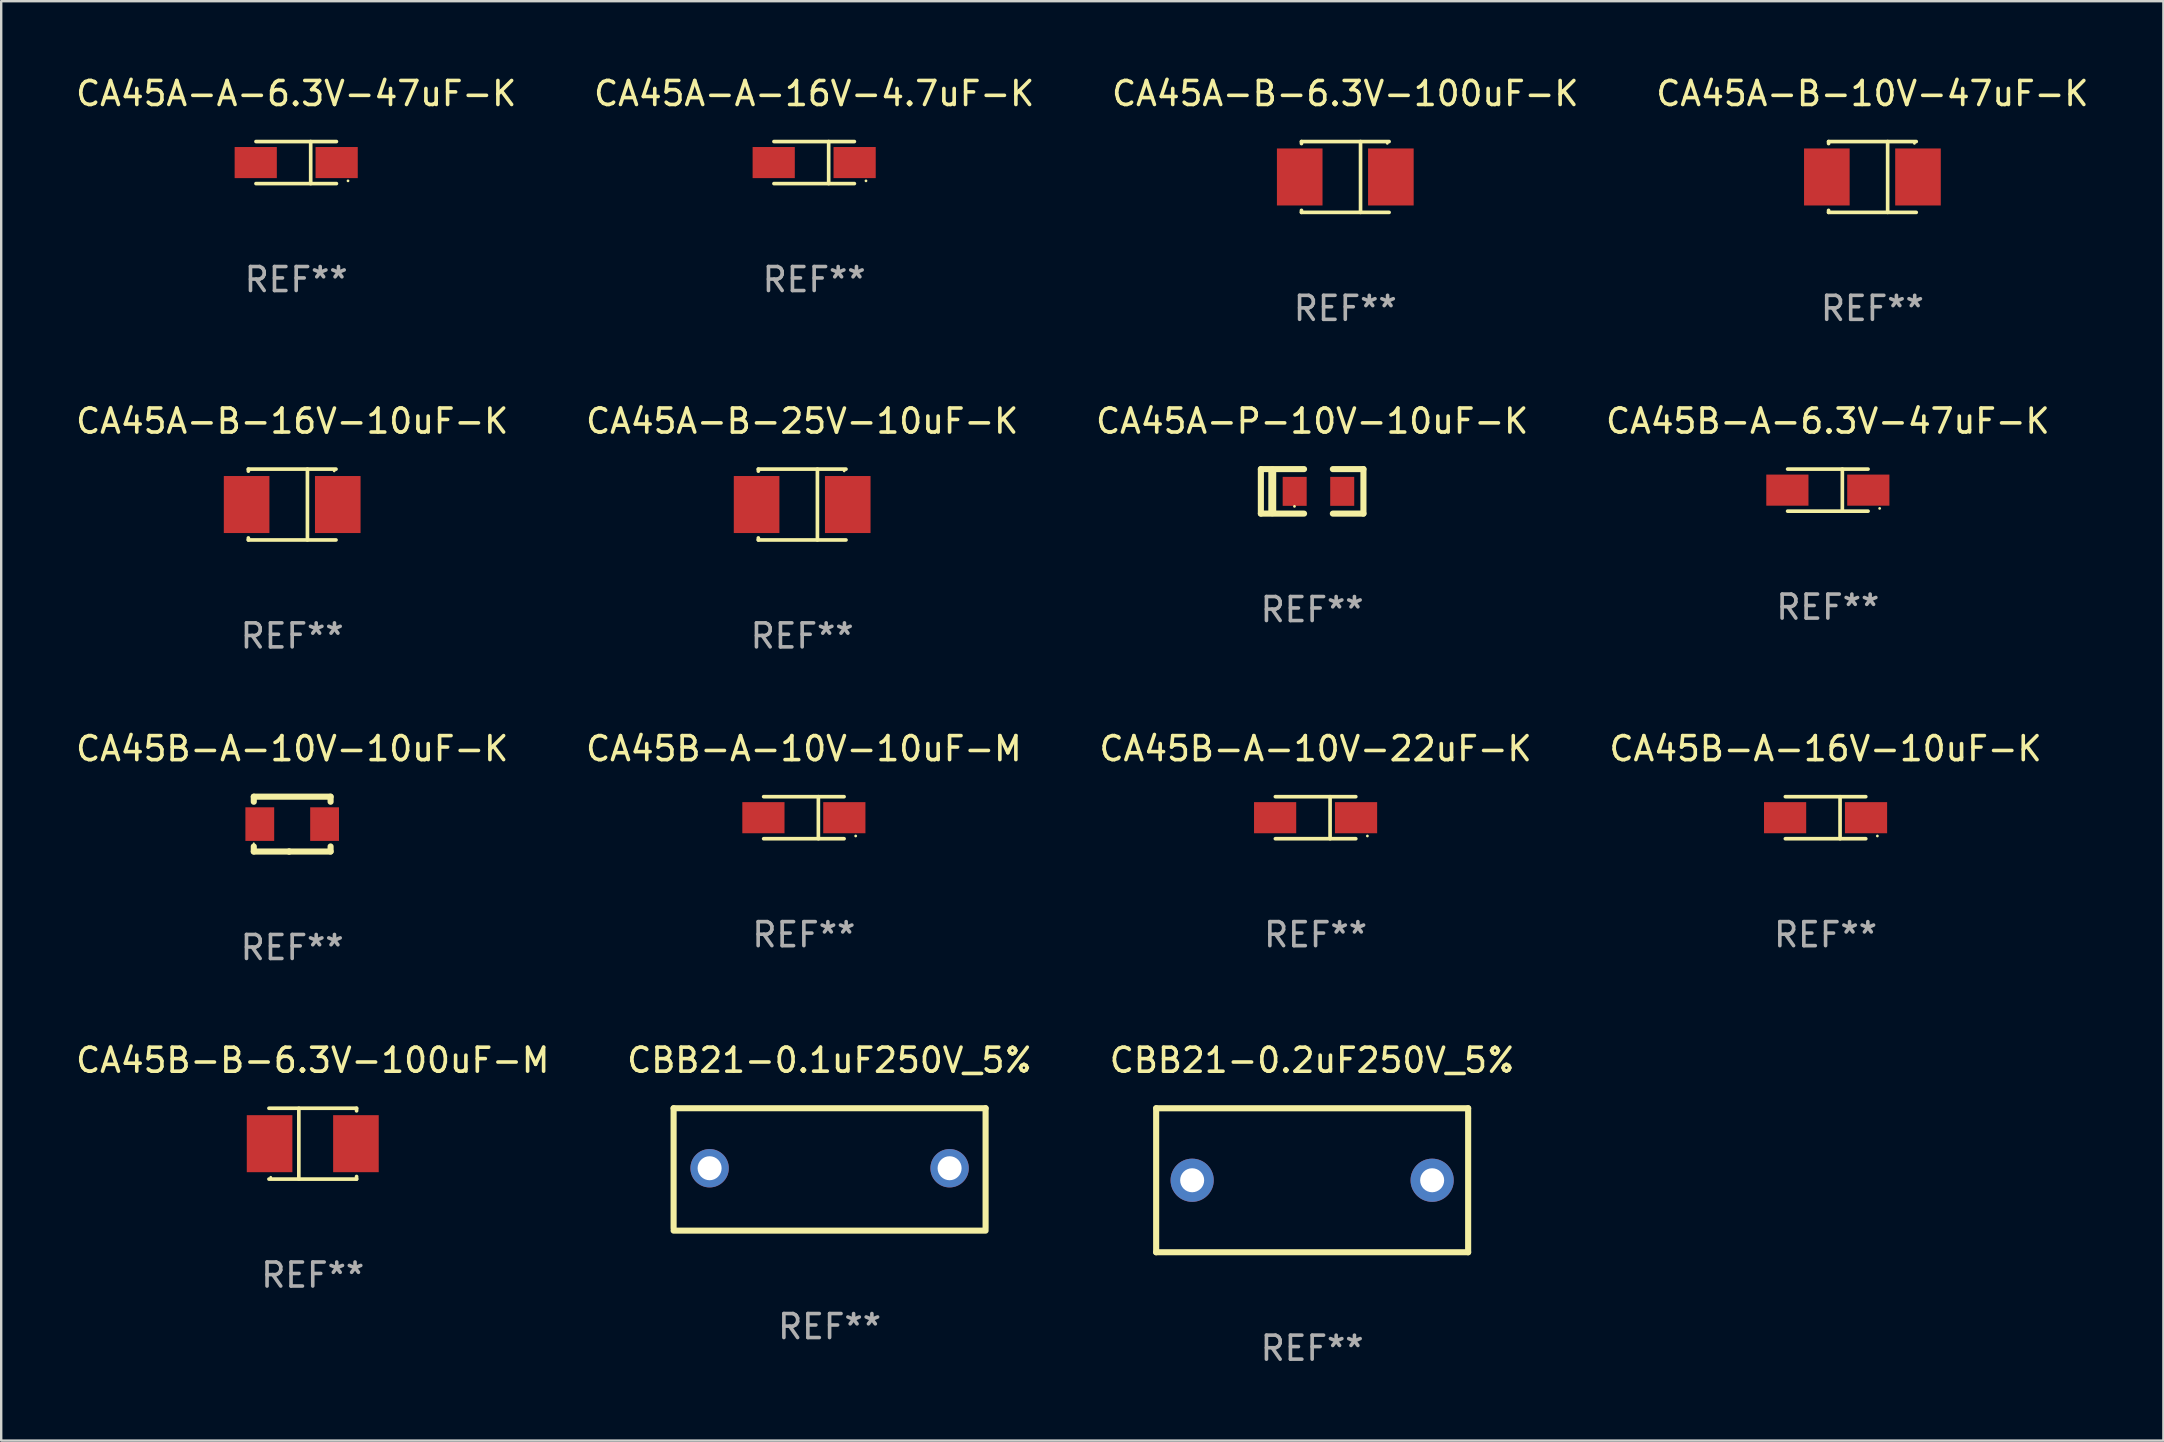
<source format=kicad_pcb>
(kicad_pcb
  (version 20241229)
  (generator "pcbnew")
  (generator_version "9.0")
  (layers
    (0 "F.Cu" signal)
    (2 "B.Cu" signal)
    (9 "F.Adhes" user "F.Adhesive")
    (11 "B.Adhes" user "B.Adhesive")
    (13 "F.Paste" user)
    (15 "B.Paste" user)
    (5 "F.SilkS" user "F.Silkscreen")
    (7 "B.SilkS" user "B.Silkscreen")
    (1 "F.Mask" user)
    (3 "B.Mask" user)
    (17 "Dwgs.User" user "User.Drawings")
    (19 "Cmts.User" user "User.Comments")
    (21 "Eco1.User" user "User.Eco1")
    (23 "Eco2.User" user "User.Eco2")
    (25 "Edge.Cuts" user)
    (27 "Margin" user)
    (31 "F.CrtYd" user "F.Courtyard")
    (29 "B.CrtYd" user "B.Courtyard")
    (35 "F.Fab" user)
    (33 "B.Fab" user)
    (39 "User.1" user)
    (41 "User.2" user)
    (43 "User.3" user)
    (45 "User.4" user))
  (footprint "CA45B-A-10V-22uF-K"
    (layer "F.Cu")
    (at 51.768 31.022)
    (property "Reference" "CA45B-A-10V-22uF-K" (at 0 -2.876 0) (layer "F.SilkS") (effects (font (size 1 1) (thickness 0.15))))
    (attr through_hole)
    (fp_line (start -1.676 -0.876) (end 1.676 -0.876) (stroke (width 0.152) (type solid)) (layer "F.SilkS"))
    (fp_line (start -1.676 0.876) (end 1.676 0.876) (stroke (width 0.152) (type solid)) (layer "F.SilkS"))
    (fp_line (start 0.604 -0.876) (end 0.604 0.876) (stroke (width 0.152) (type solid)) (layer "F.SilkS"))
    (fp_circle (center 2.159 0.762) (end 2.189 0.762) (stroke (width 0.06) (type solid)) (fill no) (layer "F.SilkS"))
    (fp_text user "REF**" (at 0 4.876 0) (layer "F.Fab") (effects (font (size 1 1) (thickness 0.15))))
    (pad "1" smd rect (at 1.686 0) (size 1.758 1.296) (layers "F.Cu" "F.Mask" "F.Paste"))
    (pad "2" smd rect (at -1.686 0) (size 1.758 1.296) (layers "F.Cu" "F.Mask" "F.Paste")))
  (footprint "CA45A-A-16V-4.7uF-K"
    (layer "F.Cu")
    (at 30.875 3.724)
    (property "Reference" "CA45A-A-16V-4.7uF-K" (at 0 -2.876 0) (layer "F.SilkS") (effects (font (size 1 1) (thickness 0.15))))
    (attr through_hole)
    (fp_line (start -1.676 -0.876) (end 1.676 -0.876) (stroke (width 0.152) (type solid)) (layer "F.SilkS"))
    (fp_line (start -1.676 0.876) (end 1.676 0.876) (stroke (width 0.152) (type solid)) (layer "F.SilkS"))
    (fp_line (start 0.604 -0.876) (end 0.604 0.876) (stroke (width 0.152) (type solid)) (layer "F.SilkS"))
    (fp_circle (center 2.159 0.762) (end 2.189 0.762) (stroke (width 0.06) (type solid)) (fill no) (layer "F.SilkS"))
    (fp_text user "REF**" (at 0 4.876 0) (layer "F.Fab") (effects (font (size 1 1) (thickness 0.15))))
    (pad "1" smd rect (at 1.686 0) (size 1.758 1.296) (layers "F.Cu" "F.Mask" "F.Paste"))
    (pad "2" smd rect (at -1.686 0) (size 1.758 1.296) (layers "F.Cu" "F.Mask" "F.Paste")))
  (footprint "CA45B-A-10V-10uF-M"
    (layer "F.Cu")
    (at 30.446 31.022)
    (property "Reference" "CA45B-A-10V-10uF-M" (at 0 -2.876 0) (layer "F.SilkS") (effects (font (size 1 1) (thickness 0.15))))
    (attr through_hole)
    (fp_line (start -1.676 -0.876) (end 1.676 -0.876) (stroke (width 0.152) (type solid)) (layer "F.SilkS"))
    (fp_line (start -1.676 0.876) (end 1.676 0.876) (stroke (width 0.152) (type solid)) (layer "F.SilkS"))
    (fp_line (start 0.604 -0.876) (end 0.604 0.876) (stroke (width 0.152) (type solid)) (layer "F.SilkS"))
    (fp_circle (center 2.159 0.762) (end 2.189 0.762) (stroke (width 0.06) (type solid)) (fill no) (layer "F.SilkS"))
    (fp_text user "REF**" (at 0 4.876 0) (layer "F.Fab") (effects (font (size 1 1) (thickness 0.15))))
    (pad "1" smd rect (at 1.686 0) (size 1.758 1.296) (layers "F.Cu" "F.Mask" "F.Paste"))
    (pad "2" smd rect (at -1.686 0) (size 1.758 1.296) (layers "F.Cu" "F.Mask" "F.Paste")))
  (footprint "CA45A-P-10V-10uF-K"
    (layer "F.Cu")
    (at 51.625 17.424)
    (property "Reference" "CA45A-P-10V-10uF-K" (at 0 -2.927 0) (layer "F.SilkS") (effects (font (size 1 1) (thickness 0.15))))
    (attr through_hole)
    (fp_line (start -2.137 0.927) (end -2.137 -0.927) (stroke (width 0.254) (type solid)) (layer "F.SilkS"))
    (fp_line (start -1.662 0.874) (end -1.662 -0.874) (stroke (width 0.33) (type solid)) (layer "F.SilkS"))
    (fp_line (start -0.337 -0.927) (end -2.137 -0.927) (stroke (width 0.254) (type solid)) (layer "F.SilkS"))
    (fp_line (start -0.337 0.927) (end -2.137 0.927) (stroke (width 0.254) (type solid)) (layer "F.SilkS"))
    (fp_line (start 0.862 0.927) (end 2.137 0.927) (stroke (width 0.254) (type solid)) (layer "F.SilkS"))
    (fp_line (start 2.137 -0.927) (end 0.862 -0.927) (stroke (width 0.254) (type solid)) (layer "F.SilkS"))
    (fp_line (start 2.137 0.927) (end 2.137 -0.927) (stroke (width 0.254) (type solid)) (layer "F.SilkS"))
    (fp_circle (center -0.737 0.625) (end -0.707 0.625) (stroke (width 0.06) (type solid)) (fill no) (layer "F.SilkS"))
    (fp_text user "REF**" (at 0 4.927 0) (layer "F.Fab") (effects (font (size 1 1) (thickness 0.15))))
    (pad "1" smd rect (at -0.728 0) (size 1 1.207) (layers "F.Cu" "F.Mask" "F.Paste"))
    (pad "2" smd rect (at 1.253 0) (size 1 1.207) (layers "F.Cu" "F.Mask" "F.Paste")))
  (footprint "CA45B-A-6.3V-47uF-K"
    (layer "F.Cu")
    (at 73.113 17.373)
    (property "Reference" "CA45B-A-6.3V-47uF-K" (at 0 -2.876 0) (layer "F.SilkS") (effects (font (size 1 1) (thickness 0.15))))
    (attr through_hole)
    (fp_line (start -1.676 -0.876) (end 1.676 -0.876) (stroke (width 0.152) (type solid)) (layer "F.SilkS"))
    (fp_line (start -1.676 0.876) (end 1.676 0.876) (stroke (width 0.152) (type solid)) (layer "F.SilkS"))
    (fp_line (start 0.604 -0.876) (end 0.604 0.876) (stroke (width 0.152) (type solid)) (layer "F.SilkS"))
    (fp_circle (center 2.159 0.762) (end 2.189 0.762) (stroke (width 0.06) (type solid)) (fill no) (layer "F.SilkS"))
    (fp_text user "REF**" (at 0 4.876 0) (layer "F.Fab") (effects (font (size 1 1) (thickness 0.15))))
    (pad "1" smd rect (at 1.686 0) (size 1.758 1.296) (layers "F.Cu" "F.Mask" "F.Paste"))
    (pad "2" smd rect (at -1.686 0) (size 1.758 1.296) (layers "F.Cu" "F.Mask" "F.Paste")))
  (footprint "CA45B-A-16V-10uF-K"
    (layer "F.Cu")
    (at 73.018 31.022)
    (property "Reference" "CA45B-A-16V-10uF-K" (at 0 -2.876 0) (layer "F.SilkS") (effects (font (size 1 1) (thickness 0.15))))
    (attr through_hole)
    (fp_line (start -1.676 -0.876) (end 1.676 -0.876) (stroke (width 0.152) (type solid)) (layer "F.SilkS"))
    (fp_line (start -1.676 0.876) (end 1.676 0.876) (stroke (width 0.152) (type solid)) (layer "F.SilkS"))
    (fp_line (start 0.604 -0.876) (end 0.604 0.876) (stroke (width 0.152) (type solid)) (layer "F.SilkS"))
    (fp_circle (center 2.159 0.762) (end 2.189 0.762) (stroke (width 0.06) (type solid)) (fill no) (layer "F.SilkS"))
    (fp_text user "REF**" (at 0 4.876 0) (layer "F.Fab") (effects (font (size 1 1) (thickness 0.15))))
    (pad "1" smd rect (at 1.686 0) (size 1.758 1.296) (layers "F.Cu" "F.Mask" "F.Paste"))
    (pad "2" smd rect (at -1.686 0) (size 1.758 1.296) (layers "F.Cu" "F.Mask" "F.Paste")))
  (footprint "CA45B-B-6.3V-100uF-M"
    (layer "F.Cu")
    (at 9.982 44.605)
    (property "Reference" "CA45B-B-6.3V-100uF-M" (at 0 -3.476 0) (layer "F.SilkS") (effects (font (size 1 1) (thickness 0.15))))
    (attr through_hole)
    (fp_line (start -1.826 -1.476) (end 1.826 -1.476) (stroke (width 0.152) (type solid)) (layer "F.SilkS"))
    (fp_line (start -1.826 1.476) (end 1.826 1.476) (stroke (width 0.152) (type solid)) (layer "F.SilkS"))
    (fp_line (start -0.58 -1.476) (end -0.58 1.476) (stroke (width 0.152) (type solid)) (layer "F.SilkS"))
    (fp_line (start 1.826 -1.476) (end 1.826 -1.368) (stroke (width 0.152) (type solid)) (layer "F.SilkS"))
    (fp_line (start 1.826 1.368) (end 1.826 1.476) (stroke (width 0.152) (type solid)) (layer "F.SilkS"))
    (fp_circle (center -1.75 1.4) (end -1.72 1.4) (stroke (width 0.06) (type solid)) (fill no) (layer "F.SilkS"))
    (fp_text user "REF**" (at 0 5.476 0) (layer "F.Fab") (effects (font (size 1 1) (thickness 0.15))))
    (pad "1" smd rect (at -1.799 0) (size 1.9 2.376) (layers "F.Cu" "F.Mask" "F.Paste"))
    (pad "2" smd rect (at 1.799 0) (size 1.9 2.376) (layers "F.Cu" "F.Mask" "F.Paste")))
  (footprint "CBB21-0.1uF250V_5%"
    (layer "F.Cu")
    (at 31.518 45.678)
    (property "Reference" "CBB21-0.1uF250V_5%" (at 0 -4.55 0) (layer "F.SilkS") (effects (font (size 1 1) (thickness 0.15))))
    (attr through_hole)
    (fp_line (start -6.5 -2.55) (end 6.5 -2.55) (stroke (width 0.254) (type solid)) (layer "F.SilkS"))
    (fp_line (start -6.5 2.45) (end -6.5 -2.55) (stroke (width 0.254) (type solid)) (layer "F.SilkS"))
    (fp_line (start 6.5 -2.55) (end 6.5 2.45) (stroke (width 0.254) (type solid)) (layer "F.SilkS"))
    (fp_line (start 6.5 2.55) (end -6.5 2.55) (stroke (width 0.254) (type solid)) (layer "F.SilkS"))
    (fp_circle (center -6.5 2.45) (end -6.47 2.45) (stroke (width 0.06) (type solid)) (fill no) (layer "F.SilkS"))
    (fp_text user "REF**" (at 0 6.55 0) (layer "F.Fab") (effects (font (size 1 1) (thickness 0.15))))
    (pad "1" thru_hole circle (at -5 -0.05) (size 1.6 1.6) (drill 1) (layers "*.Cu" "*.Mask"))
    (pad "2" thru_hole circle (at 5 -0.05) (size 1.6 1.6) (drill 1) (layers "*.Cu" "*.Mask")))
  (footprint "CA45A-B-16V-10uF-K"
    (layer "F.Cu")
    (at 9.125 17.973)
    (property "Reference" "CA45A-B-16V-10uF-K" (at 0 -3.476 0) (layer "F.SilkS") (effects (font (size 1 1) (thickness 0.15))))
    (attr through_hole)
    (fp_line (start -1.826 -1.476) (end -1.826 -1.391) (stroke (width 0.152) (type solid)) (layer "F.SilkS"))
    (fp_line (start -1.826 -1.476) (end 1.826 -1.476) (stroke (width 0.152) (type solid)) (layer "F.SilkS"))
    (fp_line (start -1.826 1.476) (end -1.826 1.391) (stroke (width 0.152) (type solid)) (layer "F.SilkS"))
    (fp_line (start -1.826 1.476) (end 1.826 1.476) (stroke (width 0.152) (type solid)) (layer "F.SilkS"))
    (fp_line (start 0.635 -1.476) (end 0.635 1.476) (stroke (width 0.152) (type solid)) (layer "F.SilkS"))
    (fp_circle (center 1.75 -1.4) (end 1.78 -1.4) (stroke (width 0.06) (type solid)) (fill no) (layer "F.SilkS"))
    (fp_text user "REF**" (at 0 5.476 0) (layer "F.Fab") (effects (font (size 1 1) (thickness 0.15))))
    (pad "1" smd rect (at 1.899 0) (size 1.9 2.376) (layers "F.Cu" "F.Mask" "F.Paste"))
    (pad "2" smd rect (at -1.899 0) (size 1.9 2.376) (layers "F.Cu" "F.Mask" "F.Paste")))
  (footprint "CBB21-0.2uF250V_5%"
    (layer "F.Cu")
    (at 51.625 46.129)
    (property "Reference" "CBB21-0.2uF250V_5%" (at 0 -5 0) (layer "F.SilkS") (effects (font (size 1 1) (thickness 0.15))))
    (attr through_hole)
    (fp_line (start -6.5 -3) (end 6.5 -3) (stroke (width 0.254) (type solid)) (layer "F.SilkS"))
    (fp_line (start -6.5 3) (end -6.5 -3) (stroke (width 0.254) (type solid)) (layer "F.SilkS"))
    (fp_line (start 6.5 -3) (end 6.5 3) (stroke (width 0.254) (type solid)) (layer "F.SilkS"))
    (fp_line (start 6.5 3) (end -6.5 3) (stroke (width 0.254) (type solid)) (layer "F.SilkS"))
    (fp_circle (center -6.5 3) (end -6.47 3) (stroke (width 0.06) (type solid)) (fill no) (layer "F.SilkS"))
    (fp_text user "REF**" (at 0 7 0) (layer "F.Fab") (effects (font (size 1 1) (thickness 0.15))))
    (pad "1" thru_hole circle (at -5 0) (size 1.8 1.8) (drill 1) (layers "*.Cu" "*.Mask"))
    (pad "2" thru_hole circle (at 5 0) (size 1.8 1.8) (drill 1) (layers "*.Cu" "*.Mask")))
  (footprint "CA45A-B-25V-10uF-K"
    (layer "F.Cu")
    (at 30.375 17.973)
    (property "Reference" "CA45A-B-25V-10uF-K" (at 0 -3.476 0) (layer "F.SilkS") (effects (font (size 1 1) (thickness 0.15))))
    (attr through_hole)
    (fp_line (start -1.826 -1.476) (end -1.826 -1.391) (stroke (width 0.152) (type solid)) (layer "F.SilkS"))
    (fp_line (start -1.826 -1.476) (end 1.826 -1.476) (stroke (width 0.152) (type solid)) (layer "F.SilkS"))
    (fp_line (start -1.826 1.476) (end -1.826 1.391) (stroke (width 0.152) (type solid)) (layer "F.SilkS"))
    (fp_line (start -1.826 1.476) (end 1.826 1.476) (stroke (width 0.152) (type solid)) (layer "F.SilkS"))
    (fp_line (start 0.635 -1.476) (end 0.635 1.476) (stroke (width 0.152) (type solid)) (layer "F.SilkS"))
    (fp_circle (center 1.75 -1.4) (end 1.78 -1.4) (stroke (width 0.06) (type solid)) (fill no) (layer "F.SilkS"))
    (fp_text user "REF**" (at 0 5.476 0) (layer "F.Fab") (effects (font (size 1 1) (thickness 0.15))))
    (pad "1" smd rect (at 1.899 0) (size 1.9 2.376) (layers "F.Cu" "F.Mask" "F.Paste"))
    (pad "2" smd rect (at -1.899 0) (size 1.9 2.376) (layers "F.Cu" "F.Mask" "F.Paste")))
  (footprint "CA45A-A-6.3V-47uF-K"
    (layer "F.Cu")
    (at 9.292 3.724)
    (property "Reference" "CA45A-A-6.3V-47uF-K" (at 0 -2.876 0) (layer "F.SilkS") (effects (font (size 1 1) (thickness 0.15))))
    (attr through_hole)
    (fp_line (start -1.676 -0.876) (end 1.676 -0.876) (stroke (width 0.152) (type solid)) (layer "F.SilkS"))
    (fp_line (start -1.676 0.876) (end 1.676 0.876) (stroke (width 0.152) (type solid)) (layer "F.SilkS"))
    (fp_line (start 0.604 -0.876) (end 0.604 0.876) (stroke (width 0.152) (type solid)) (layer "F.SilkS"))
    (fp_circle (center 2.159 0.762) (end 2.189 0.762) (stroke (width 0.06) (type solid)) (fill no) (layer "F.SilkS"))
    (fp_text user "REF**" (at 0 4.876 0) (layer "F.Fab") (effects (font (size 1 1) (thickness 0.15))))
    (pad "1" smd rect (at 1.686 0) (size 1.758 1.296) (layers "F.Cu" "F.Mask" "F.Paste"))
    (pad "2" smd rect (at -1.686 0) (size 1.758 1.296) (layers "F.Cu" "F.Mask" "F.Paste")))
  (footprint "CA45B-A-10V-10uF-K"
    (layer "F.Cu")
    (at 9.125 31.289)
    (property "Reference" "CA45B-A-10V-10uF-K" (at 0 -3.143 0) (layer "F.SilkS") (effects (font (size 1 1) (thickness 0.15))))
    (attr through_hole)
    (fp_line (start -1.6 1.143) (end -0.128 1.143) (stroke (width 0.254) (type solid)) (layer "F.SilkS"))
    (fp_line (start -1.6 -1.143) (end -1.6 -0.931) (stroke (width 0.254) (type solid)) (layer "F.SilkS"))
    (fp_line (start -1.6 -1.143) (end 1.6 -1.143) (stroke (width 0.254) (type solid)) (layer "F.SilkS"))
    (fp_line (start -1.6 0.931) (end -1.6 1.143) (stroke (width 0.254) (type solid)) (layer "F.SilkS"))
    (fp_line (start -0.128 1.143) (end -0.128 1.143) (stroke (width 0.254) (type solid)) (layer "F.SilkS"))
    (fp_line (start -0.128 1.143) (end 1.6 1.143) (stroke (width 0.254) (type solid)) (layer "F.SilkS"))
    (fp_line (start 1.6 -1.143) (end 1.6 -0.931) (stroke (width 0.254) (type solid)) (layer "F.SilkS"))
    (fp_line (start 1.6 0.931) (end 1.6 1.143) (stroke (width 0.254) (type solid)) (layer "F.SilkS"))
    (fp_circle (center -1.6 0.8) (end -1.58 0.8) (stroke (width 0.04) (type solid)) (fill no) (layer "F.SilkS"))
    (fp_text user "REF**" (at 0 5.143 0) (layer "F.Fab") (effects (font (size 1 1) (thickness 0.15))))
    (pad "1" smd rect (at -1.35 0) (size 1.2 1.4) (layers "F.Cu" "F.Mask" "F.Paste"))
    (pad "2" smd rect (at 1.35 0) (size 1.2 1.4) (layers "F.Cu" "F.Mask" "F.Paste")))
  (footprint "CA45A-B-10V-47uF-K"
    (layer "F.Cu")
    (at 74.97 4.324)
    (property "Reference" "CA45A-B-10V-47uF-K" (at 0 -3.476 0) (layer "F.SilkS") (effects (font (size 1 1) (thickness 0.15))))
    (attr through_hole)
    (fp_line (start -1.826 -1.476) (end -1.826 -1.391) (stroke (width 0.152) (type solid)) (layer "F.SilkS"))
    (fp_line (start -1.826 -1.476) (end 1.826 -1.476) (stroke (width 0.152) (type solid)) (layer "F.SilkS"))
    (fp_line (start -1.826 1.476) (end -1.826 1.391) (stroke (width 0.152) (type solid)) (layer "F.SilkS"))
    (fp_line (start -1.826 1.476) (end 1.826 1.476) (stroke (width 0.152) (type solid)) (layer "F.SilkS"))
    (fp_line (start 0.635 -1.476) (end 0.635 1.476) (stroke (width 0.152) (type solid)) (layer "F.SilkS"))
    (fp_circle (center 1.75 -1.4) (end 1.78 -1.4) (stroke (width 0.06) (type solid)) (fill no) (layer "F.SilkS"))
    (fp_text user "REF**" (at 0 5.476 0) (layer "F.Fab") (effects (font (size 1 1) (thickness 0.15))))
    (pad "1" smd rect (at 1.899 0) (size 1.9 2.376) (layers "F.Cu" "F.Mask" "F.Paste"))
    (pad "2" smd rect (at -1.899 0) (size 1.9 2.376) (layers "F.Cu" "F.Mask" "F.Paste")))
  (footprint "CA45A-B-6.3V-100uF-K"
    (layer "F.Cu")
    (at 53.006 4.324)
    (property "Reference" "CA45A-B-6.3V-100uF-K" (at 0 -3.476 0) (layer "F.SilkS") (effects (font (size 1 1) (thickness 0.15))))
    (attr through_hole)
    (fp_line (start -1.826 -1.476) (end -1.826 -1.391) (stroke (width 0.152) (type solid)) (layer "F.SilkS"))
    (fp_line (start -1.826 -1.476) (end 1.826 -1.476) (stroke (width 0.152) (type solid)) (layer "F.SilkS"))
    (fp_line (start -1.826 1.476) (end -1.826 1.391) (stroke (width 0.152) (type solid)) (layer "F.SilkS"))
    (fp_line (start -1.826 1.476) (end 1.826 1.476) (stroke (width 0.152) (type solid)) (layer "F.SilkS"))
    (fp_line (start 0.635 -1.476) (end 0.635 1.476) (stroke (width 0.152) (type solid)) (layer "F.SilkS"))
    (fp_circle (center 1.75 -1.4) (end 1.78 -1.4) (stroke (width 0.06) (type solid)) (fill no) (layer "F.SilkS"))
    (fp_text user "REF**" (at 0 5.476 0) (layer "F.Fab") (effects (font (size 1 1) (thickness 0.15))))
    (pad "1" smd rect (at 1.899 0) (size 1.9 2.376) (layers "F.Cu" "F.Mask" "F.Paste"))
    (pad "2" smd rect (at -1.899 0) (size 1.9 2.376) (layers "F.Cu" "F.Mask" "F.Paste")))
  (gr_rect
    (start -3 -3)
    (end 87.095 56.977)
    (stroke (width 0.1) (type default))
    (fill no)
    (layer "Edge.Cuts")))
</source>
